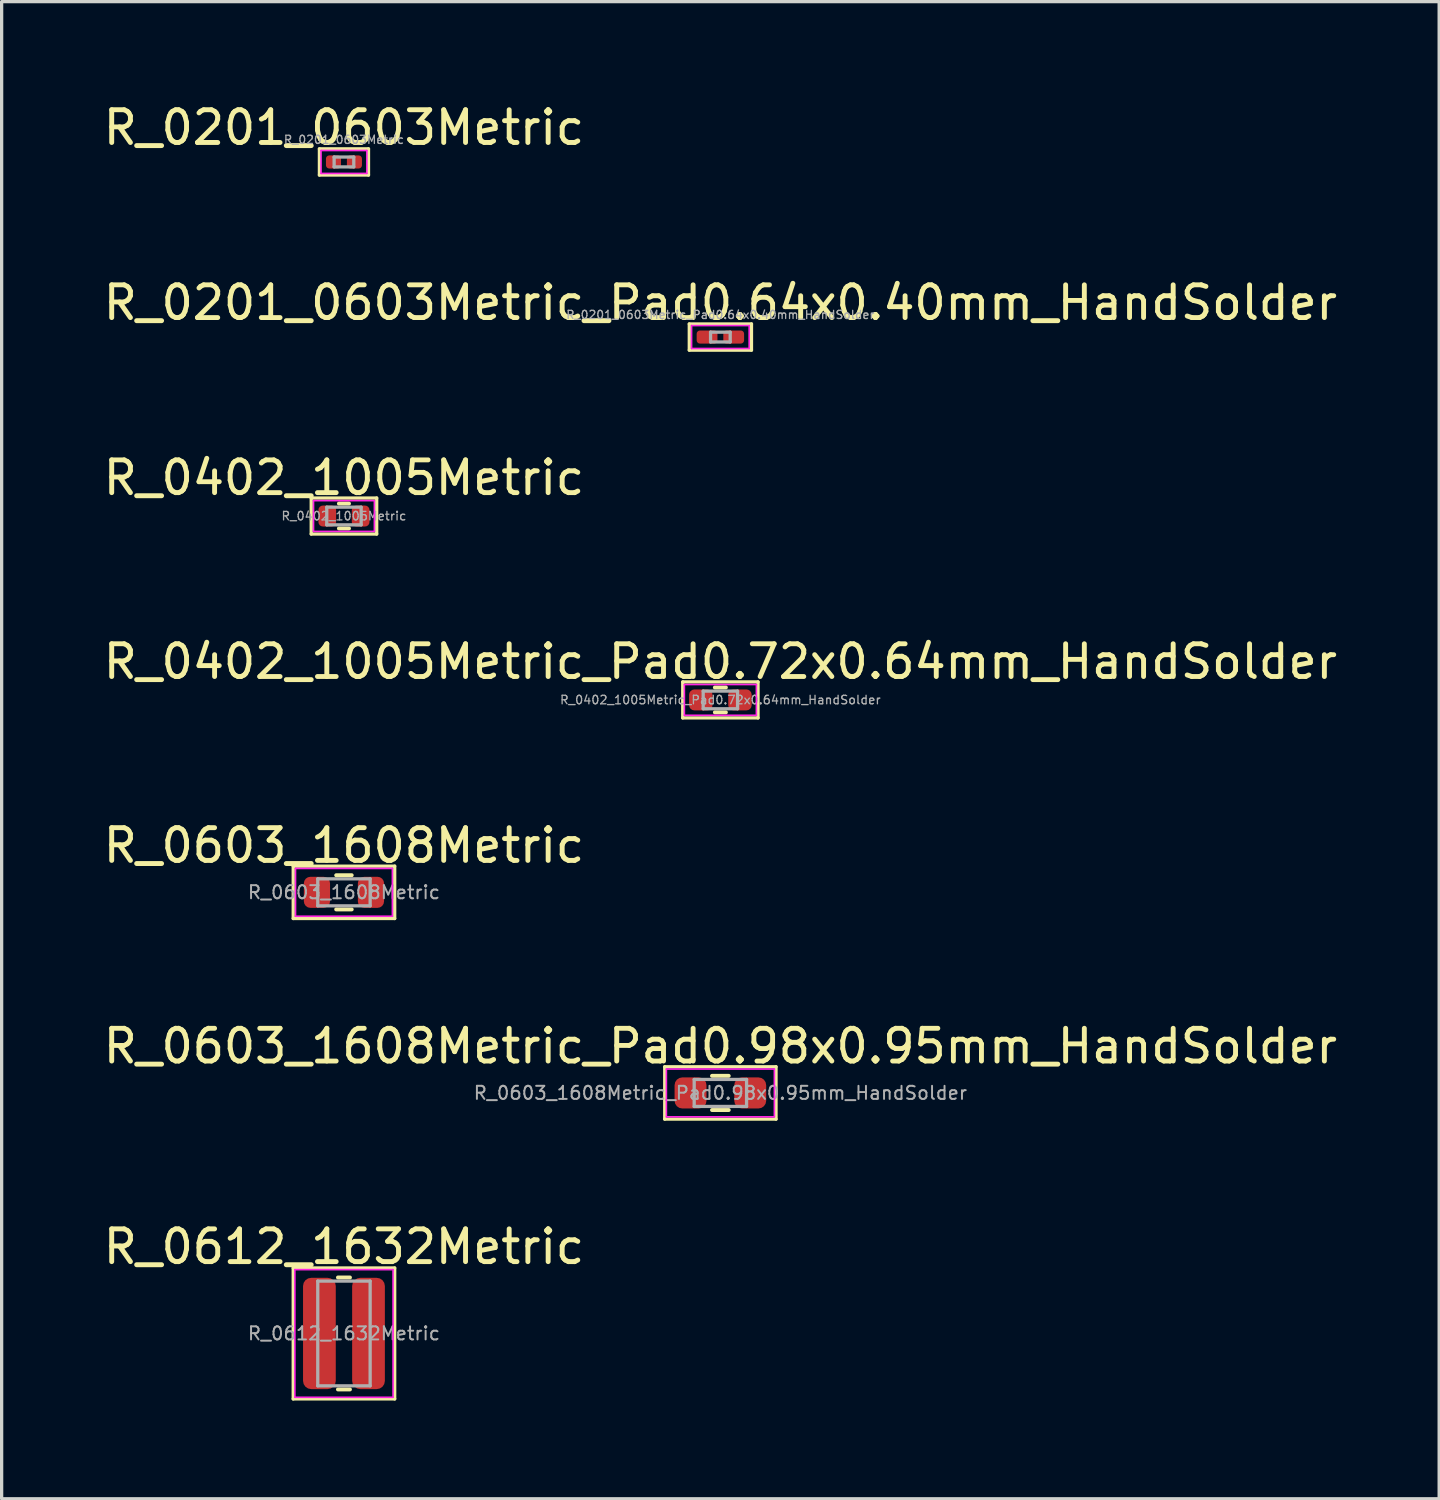
<source format=kicad_pcb>
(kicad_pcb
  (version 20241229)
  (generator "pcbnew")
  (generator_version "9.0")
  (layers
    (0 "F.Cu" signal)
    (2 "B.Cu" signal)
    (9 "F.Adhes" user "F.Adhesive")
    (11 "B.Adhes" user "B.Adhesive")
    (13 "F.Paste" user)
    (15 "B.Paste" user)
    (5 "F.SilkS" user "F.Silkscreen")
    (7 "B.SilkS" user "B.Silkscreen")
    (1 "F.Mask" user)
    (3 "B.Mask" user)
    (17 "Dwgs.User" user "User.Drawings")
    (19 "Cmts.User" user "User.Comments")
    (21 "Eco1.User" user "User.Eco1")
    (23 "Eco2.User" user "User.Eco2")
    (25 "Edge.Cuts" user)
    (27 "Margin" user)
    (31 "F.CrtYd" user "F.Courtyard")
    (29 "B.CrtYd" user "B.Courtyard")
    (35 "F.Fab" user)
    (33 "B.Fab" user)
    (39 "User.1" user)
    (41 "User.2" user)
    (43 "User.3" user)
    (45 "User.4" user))
  (footprint "R_0612_1632Metric"
    (layer "F.Cu")
    (at 7.458 37.688)
    (property "Reference" "R_0612_1632Metric" (at 0 -2.65 0) (layer "F.SilkS") (effects (font (size 1 1) (thickness 0.15))))
    (attr smd)
    (fp_line (start -1.55 -2) (end 1.55 -2) (stroke (width 0.1) (type default)) (layer "F.SilkS"))
    (fp_line (start -1.55 2) (end -1.55 -2) (stroke (width 0.1) (type default)) (layer "F.SilkS"))
    (fp_line (start -0.183 -1.71) (end 0.183 -1.71) (stroke (width 0.12) (type solid)) (layer "F.SilkS"))
    (fp_line (start -0.183 1.71) (end 0.183 1.71) (stroke (width 0.12) (type solid)) (layer "F.SilkS"))
    (fp_line (start 1.55 -2) (end 1.55 2) (stroke (width 0.1) (type default)) (layer "F.SilkS"))
    (fp_line (start 1.55 2) (end -1.55 2) (stroke (width 0.1) (type default)) (layer "F.SilkS"))
    (fp_line (start -1.5 -1.95) (end 1.5 -1.95) (stroke (width 0.05) (type solid)) (layer "F.CrtYd"))
    (fp_line (start -1.5 1.95) (end -1.5 -1.95) (stroke (width 0.05) (type solid)) (layer "F.CrtYd"))
    (fp_line (start 1.5 -1.95) (end 1.5 1.95) (stroke (width 0.05) (type solid)) (layer "F.CrtYd"))
    (fp_line (start 1.5 1.95) (end -1.5 1.95) (stroke (width 0.05) (type solid)) (layer "F.CrtYd"))
    (fp_line (start -0.8 -1.6) (end 0.8 -1.6) (stroke (width 0.1) (type solid)) (layer "F.Fab"))
    (fp_line (start -0.8 1.6) (end -0.8 -1.6) (stroke (width 0.1) (type solid)) (layer "F.Fab"))
    (fp_line (start 0.8 -1.6) (end 0.8 1.6) (stroke (width 0.1) (type solid)) (layer "F.Fab"))
    (fp_line (start 0.8 1.6) (end -0.8 1.6) (stroke (width 0.1) (type solid)) (layer "F.Fab"))
    (fp_text user "${REFERENCE}" (at 0 0 0) (layer "F.Fab") (effects (font (size 0.4 0.4) (thickness 0.06))))
    (pad "1" smd roundrect (at -0.75 0) (size 1 3.4) (layers "F.Cu" "F.Mask" "F.Paste") (roundrect_rratio 0.25))
    (pad "2" smd roundrect (at 0.75 0) (size 1 3.4) (layers "F.Cu" "F.Mask" "F.Paste") (roundrect_rratio 0.25)))
  (footprint "R_0402_1005Metric_Pad0.72x0.64mm_HandSolder"
    (layer "F.Cu")
    (at 18.958 18.333)
    (property "Reference" "R_0402_1005Metric_Pad0.72x0.64mm_HandSolder" (at 0 -1.17 0) (layer "F.SilkS") (effects (font (size 1 1) (thickness 0.15))))
    (attr smd)
    (fp_line (start -1.15 -0.55) (end 1.15 -0.55) (stroke (width 0.1) (type default)) (layer "F.SilkS"))
    (fp_line (start -1.15 0.55) (end -1.15 -0.55) (stroke (width 0.1) (type default)) (layer "F.SilkS"))
    (fp_line (start -0.168 -0.38) (end 0.168 -0.38) (stroke (width 0.12) (type solid)) (layer "F.SilkS"))
    (fp_line (start -0.168 0.38) (end 0.168 0.38) (stroke (width 0.12) (type solid)) (layer "F.SilkS"))
    (fp_line (start 1.15 -0.55) (end 1.15 0.55) (stroke (width 0.1) (type default)) (layer "F.SilkS"))
    (fp_line (start 1.15 0.55) (end -1.15 0.55) (stroke (width 0.1) (type default)) (layer "F.SilkS"))
    (fp_line (start -1.1 -0.47) (end 1.1 -0.47) (stroke (width 0.05) (type solid)) (layer "F.CrtYd"))
    (fp_line (start -1.1 0.47) (end -1.1 -0.47) (stroke (width 0.05) (type solid)) (layer "F.CrtYd"))
    (fp_line (start 1.1 -0.47) (end 1.1 0.47) (stroke (width 0.05) (type solid)) (layer "F.CrtYd"))
    (fp_line (start 1.1 0.47) (end -1.1 0.47) (stroke (width 0.05) (type solid)) (layer "F.CrtYd"))
    (fp_line (start -0.525 -0.27) (end 0.525 -0.27) (stroke (width 0.1) (type solid)) (layer "F.Fab"))
    (fp_line (start -0.525 0.27) (end -0.525 -0.27) (stroke (width 0.1) (type solid)) (layer "F.Fab"))
    (fp_line (start 0.525 -0.27) (end 0.525 0.27) (stroke (width 0.1) (type solid)) (layer "F.Fab"))
    (fp_line (start 0.525 0.27) (end -0.525 0.27) (stroke (width 0.1) (type solid)) (layer "F.Fab"))
    (fp_text user "${REFERENCE}" (at 0 0 0) (layer "F.Fab") (effects (font (size 0.26 0.26) (thickness 0.04))))
    (pad "1" smd roundrect (at -0.598 0) (size 0.715 0.64) (layers "F.Cu" "F.Mask" "F.Paste") (roundrect_rratio 0.25))
    (pad "2" smd roundrect (at 0.598 0) (size 0.715 0.64) (layers "F.Cu" "F.Mask" "F.Paste") (roundrect_rratio 0.25)))
  (footprint "R_0603_1608Metric_Pad0.98x0.95mm_HandSolder"
    (layer "F.Cu")
    (at 18.958 30.34)
    (property "Reference" "R_0603_1608Metric_Pad0.98x0.95mm_HandSolder" (at 0 -1.43 0) (layer "F.SilkS") (effects (font (size 1 1) (thickness 0.15))))
    (attr smd)
    (fp_line (start -1.7 -0.8) (end 1.7 -0.8) (stroke (width 0.1) (type default)) (layer "F.SilkS"))
    (fp_line (start -1.7 0.8) (end -1.7 -0.8) (stroke (width 0.1) (type default)) (layer "F.SilkS"))
    (fp_line (start -0.255 -0.522) (end 0.255 -0.522) (stroke (width 0.12) (type solid)) (layer "F.SilkS"))
    (fp_line (start -0.255 0.522) (end 0.255 0.522) (stroke (width 0.12) (type solid)) (layer "F.SilkS"))
    (fp_line (start 1.7 -0.8) (end 1.7 0.8) (stroke (width 0.1) (type default)) (layer "F.SilkS"))
    (fp_line (start 1.7 0.8) (end -1.7 0.8) (stroke (width 0.1) (type default)) (layer "F.SilkS"))
    (fp_line (start -1.65 -0.73) (end 1.65 -0.73) (stroke (width 0.05) (type solid)) (layer "F.CrtYd"))
    (fp_line (start -1.65 0.73) (end -1.65 -0.73) (stroke (width 0.05) (type solid)) (layer "F.CrtYd"))
    (fp_line (start 1.65 -0.73) (end 1.65 0.73) (stroke (width 0.05) (type solid)) (layer "F.CrtYd"))
    (fp_line (start 1.65 0.73) (end -1.65 0.73) (stroke (width 0.05) (type solid)) (layer "F.CrtYd"))
    (fp_line (start -0.8 -0.412) (end 0.8 -0.412) (stroke (width 0.1) (type solid)) (layer "F.Fab"))
    (fp_line (start -0.8 0.412) (end -0.8 -0.412) (stroke (width 0.1) (type solid)) (layer "F.Fab"))
    (fp_line (start 0.8 -0.412) (end 0.8 0.412) (stroke (width 0.1) (type solid)) (layer "F.Fab"))
    (fp_line (start 0.8 0.412) (end -0.8 0.412) (stroke (width 0.1) (type solid)) (layer "F.Fab"))
    (fp_text user "${REFERENCE}" (at 0 0 0) (layer "F.Fab") (effects (font (size 0.4 0.4) (thickness 0.06))))
    (pad "1" smd roundrect (at -0.912 0) (size 0.975 0.95) (layers "F.Cu" "F.Mask" "F.Paste") (roundrect_rratio 0.25))
    (pad "2" smd roundrect (at 0.912 0) (size 0.975 0.95) (layers "F.Cu" "F.Mask" "F.Paste") (roundrect_rratio 0.25)))
  (footprint "R_0201_0603Metric_Pad0.64x0.40mm_HandSolder"
    (layer "F.Cu")
    (at 18.958 7.247)
    (property "Reference" "R_0201_0603Metric_Pad0.64x0.40mm_HandSolder" (at 0 -1.05 0) (layer "F.SilkS") (effects (font (size 1 1) (thickness 0.15))))
    (attr smd)
    (fp_line (start -0.95 -0.4) (end 0.95 -0.4) (stroke (width 0.1) (type default)) (layer "F.SilkS"))
    (fp_line (start -0.95 0.4) (end -0.95 -0.4) (stroke (width 0.1) (type default)) (layer "F.SilkS"))
    (fp_line (start 0.95 -0.4) (end 0.95 0.4) (stroke (width 0.1) (type default)) (layer "F.SilkS"))
    (fp_line (start 0.95 0.4) (end -0.95 0.4) (stroke (width 0.1) (type default)) (layer "F.SilkS"))
    (fp_line (start -0.88 -0.35) (end 0.88 -0.35) (stroke (width 0.05) (type solid)) (layer "F.CrtYd"))
    (fp_line (start -0.88 0.35) (end -0.88 -0.35) (stroke (width 0.05) (type solid)) (layer "F.CrtYd"))
    (fp_line (start 0.88 -0.35) (end 0.88 0.35) (stroke (width 0.05) (type solid)) (layer "F.CrtYd"))
    (fp_line (start 0.88 0.35) (end -0.88 0.35) (stroke (width 0.05) (type solid)) (layer "F.CrtYd"))
    (fp_line (start -0.3 -0.15) (end 0.3 -0.15) (stroke (width 0.1) (type solid)) (layer "F.Fab"))
    (fp_line (start -0.3 0.15) (end -0.3 -0.15) (stroke (width 0.1) (type solid)) (layer "F.Fab"))
    (fp_line (start 0.3 -0.15) (end 0.3 0.15) (stroke (width 0.1) (type solid)) (layer "F.Fab"))
    (fp_line (start 0.3 0.15) (end -0.3 0.15) (stroke (width 0.1) (type solid)) (layer "F.Fab"))
    (fp_text user "${REFERENCE}" (at 0 -0.68 0) (layer "F.Fab") (effects (font (size 0.25 0.25) (thickness 0.04))))
    (pad "" smd roundrect (at -0.432 0) (size 0.458 0.36) (layers "F.Paste") (roundrect_rratio 0.25))
    (pad "" smd roundrect (at 0.432 0) (size 0.458 0.36) (layers "F.Paste") (roundrect_rratio 0.25))
    (pad "1" smd roundrect (at -0.407 0) (size 0.635 0.4) (layers "F.Cu" "F.Mask") (roundrect_rratio 0.25))
    (pad "2" smd roundrect (at 0.407 0) (size 0.635 0.4) (layers "F.Cu" "F.Mask") (roundrect_rratio 0.25)))
  (footprint "R_0201_0603Metric"
    (layer "F.Cu")
    (at 7.458 1.898)
    (property "Reference" "R_0201_0603Metric" (at 0 -1.05 0) (layer "F.SilkS") (effects (font (size 1 1) (thickness 0.15))))
    (attr smd)
    (fp_line (start -0.75 -0.4) (end 0.75 -0.4) (stroke (width 0.1) (type default)) (layer "F.SilkS"))
    (fp_line (start -0.75 0.4) (end -0.75 -0.4) (stroke (width 0.1) (type default)) (layer "F.SilkS"))
    (fp_line (start 0.75 -0.4) (end 0.75 0.4) (stroke (width 0.1) (type default)) (layer "F.SilkS"))
    (fp_line (start 0.75 0.4) (end -0.75 0.4) (stroke (width 0.1) (type default)) (layer "F.SilkS"))
    (fp_line (start -0.7 -0.35) (end 0.7 -0.35) (stroke (width 0.05) (type solid)) (layer "F.CrtYd"))
    (fp_line (start -0.7 0.35) (end -0.7 -0.35) (stroke (width 0.05) (type solid)) (layer "F.CrtYd"))
    (fp_line (start 0.7 -0.35) (end 0.7 0.35) (stroke (width 0.05) (type solid)) (layer "F.CrtYd"))
    (fp_line (start 0.7 0.35) (end -0.7 0.35) (stroke (width 0.05) (type solid)) (layer "F.CrtYd"))
    (fp_line (start -0.3 -0.15) (end 0.3 -0.15) (stroke (width 0.1) (type solid)) (layer "F.Fab"))
    (fp_line (start -0.3 0.15) (end -0.3 -0.15) (stroke (width 0.1) (type solid)) (layer "F.Fab"))
    (fp_line (start 0.3 -0.15) (end 0.3 0.15) (stroke (width 0.1) (type solid)) (layer "F.Fab"))
    (fp_line (start 0.3 0.15) (end -0.3 0.15) (stroke (width 0.1) (type solid)) (layer "F.Fab"))
    (fp_text user "${REFERENCE}" (at 0 -0.68 0) (layer "F.Fab") (effects (font (size 0.25 0.25) (thickness 0.04))))
    (pad "" smd roundrect (at -0.345 0) (size 0.318 0.36) (layers "F.Paste") (roundrect_rratio 0.25))
    (pad "" smd roundrect (at 0.345 0) (size 0.318 0.36) (layers "F.Paste") (roundrect_rratio 0.25))
    (pad "1" smd roundrect (at -0.32 0) (size 0.46 0.4) (layers "F.Cu" "F.Mask") (roundrect_rratio 0.25))
    (pad "2" smd roundrect (at 0.32 0) (size 0.46 0.4) (layers "F.Cu" "F.Mask") (roundrect_rratio 0.25)))
  (footprint "R_0603_1608Metric"
    (layer "F.Cu")
    (at 7.458 24.211)
    (property "Reference" "R_0603_1608Metric" (at 0 -1.43 0) (layer "F.SilkS") (effects (font (size 1 1) (thickness 0.15))))
    (attr smd)
    (fp_line (start -1.55 -0.8) (end 1.55 -0.8) (stroke (width 0.1) (type default)) (layer "F.SilkS"))
    (fp_line (start -1.55 0.8) (end -1.55 -0.8) (stroke (width 0.1) (type default)) (layer "F.SilkS"))
    (fp_line (start -0.237 -0.522) (end 0.237 -0.522) (stroke (width 0.12) (type solid)) (layer "F.SilkS"))
    (fp_line (start -0.237 0.522) (end 0.237 0.522) (stroke (width 0.12) (type solid)) (layer "F.SilkS"))
    (fp_line (start 1.55 -0.8) (end 1.55 0.8) (stroke (width 0.1) (type default)) (layer "F.SilkS"))
    (fp_line (start 1.55 0.8) (end -1.55 0.8) (stroke (width 0.1) (type default)) (layer "F.SilkS"))
    (fp_line (start -1.48 -0.73) (end 1.48 -0.73) (stroke (width 0.05) (type solid)) (layer "F.CrtYd"))
    (fp_line (start -1.48 0.73) (end -1.48 -0.73) (stroke (width 0.05) (type solid)) (layer "F.CrtYd"))
    (fp_line (start 1.48 -0.73) (end 1.48 0.73) (stroke (width 0.05) (type solid)) (layer "F.CrtYd"))
    (fp_line (start 1.48 0.73) (end -1.48 0.73) (stroke (width 0.05) (type solid)) (layer "F.CrtYd"))
    (fp_line (start -0.8 -0.412) (end 0.8 -0.412) (stroke (width 0.1) (type solid)) (layer "F.Fab"))
    (fp_line (start -0.8 0.412) (end -0.8 -0.412) (stroke (width 0.1) (type solid)) (layer "F.Fab"))
    (fp_line (start 0.8 -0.412) (end 0.8 0.412) (stroke (width 0.1) (type solid)) (layer "F.Fab"))
    (fp_line (start 0.8 0.412) (end -0.8 0.412) (stroke (width 0.1) (type solid)) (layer "F.Fab"))
    (fp_text user "${REFERENCE}" (at 0 0 0) (layer "F.Fab") (effects (font (size 0.4 0.4) (thickness 0.06))))
    (pad "1" smd roundrect (at -0.825 0) (size 0.8 0.95) (layers "F.Cu" "F.Mask" "F.Paste") (roundrect_rratio 0.25))
    (pad "2" smd roundrect (at 0.825 0) (size 0.8 0.95) (layers "F.Cu" "F.Mask" "F.Paste") (roundrect_rratio 0.25)))
  (footprint "R_0402_1005Metric"
    (layer "F.Cu")
    (at 7.458 12.715)
    (property "Reference" "R_0402_1005Metric" (at 0 -1.17 0) (layer "F.SilkS") (effects (font (size 1 1) (thickness 0.15))))
    (attr smd)
    (fp_line (start -1 -0.55) (end 1 -0.55) (stroke (width 0.1) (type default)) (layer "F.SilkS"))
    (fp_line (start -1 0.55) (end -1 -0.55) (stroke (width 0.1) (type default)) (layer "F.SilkS"))
    (fp_line (start -0.154 -0.38) (end 0.154 -0.38) (stroke (width 0.12) (type solid)) (layer "F.SilkS"))
    (fp_line (start -0.154 0.38) (end 0.154 0.38) (stroke (width 0.12) (type solid)) (layer "F.SilkS"))
    (fp_line (start 1 -0.55) (end 1 0.55) (stroke (width 0.1) (type default)) (layer "F.SilkS"))
    (fp_line (start 1 0.55) (end -1 0.55) (stroke (width 0.1) (type default)) (layer "F.SilkS"))
    (fp_line (start -0.93 -0.47) (end 0.93 -0.47) (stroke (width 0.05) (type solid)) (layer "F.CrtYd"))
    (fp_line (start -0.93 0.47) (end -0.93 -0.47) (stroke (width 0.05) (type solid)) (layer "F.CrtYd"))
    (fp_line (start 0.93 -0.47) (end 0.93 0.47) (stroke (width 0.05) (type solid)) (layer "F.CrtYd"))
    (fp_line (start 0.93 0.47) (end -0.93 0.47) (stroke (width 0.05) (type solid)) (layer "F.CrtYd"))
    (fp_line (start -0.525 -0.27) (end 0.525 -0.27) (stroke (width 0.1) (type solid)) (layer "F.Fab"))
    (fp_line (start -0.525 0.27) (end -0.525 -0.27) (stroke (width 0.1) (type solid)) (layer "F.Fab"))
    (fp_line (start 0.525 -0.27) (end 0.525 0.27) (stroke (width 0.1) (type solid)) (layer "F.Fab"))
    (fp_line (start 0.525 0.27) (end -0.525 0.27) (stroke (width 0.1) (type solid)) (layer "F.Fab"))
    (fp_text user "${REFERENCE}" (at 0 0 0) (layer "F.Fab") (effects (font (size 0.26 0.26) (thickness 0.04))))
    (pad "1" smd roundrect (at -0.51 0) (size 0.54 0.64) (layers "F.Cu" "F.Mask" "F.Paste") (roundrect_rratio 0.25))
    (pad "2" smd roundrect (at 0.51 0) (size 0.54 0.64) (layers "F.Cu" "F.Mask" "F.Paste") (roundrect_rratio 0.25)))
  (gr_rect
    (start -3 -3)
    (end 40.917 42.738)
    (stroke (width 0.1) (type default))
    (fill no)
    (layer "Edge.Cuts")))
</source>
